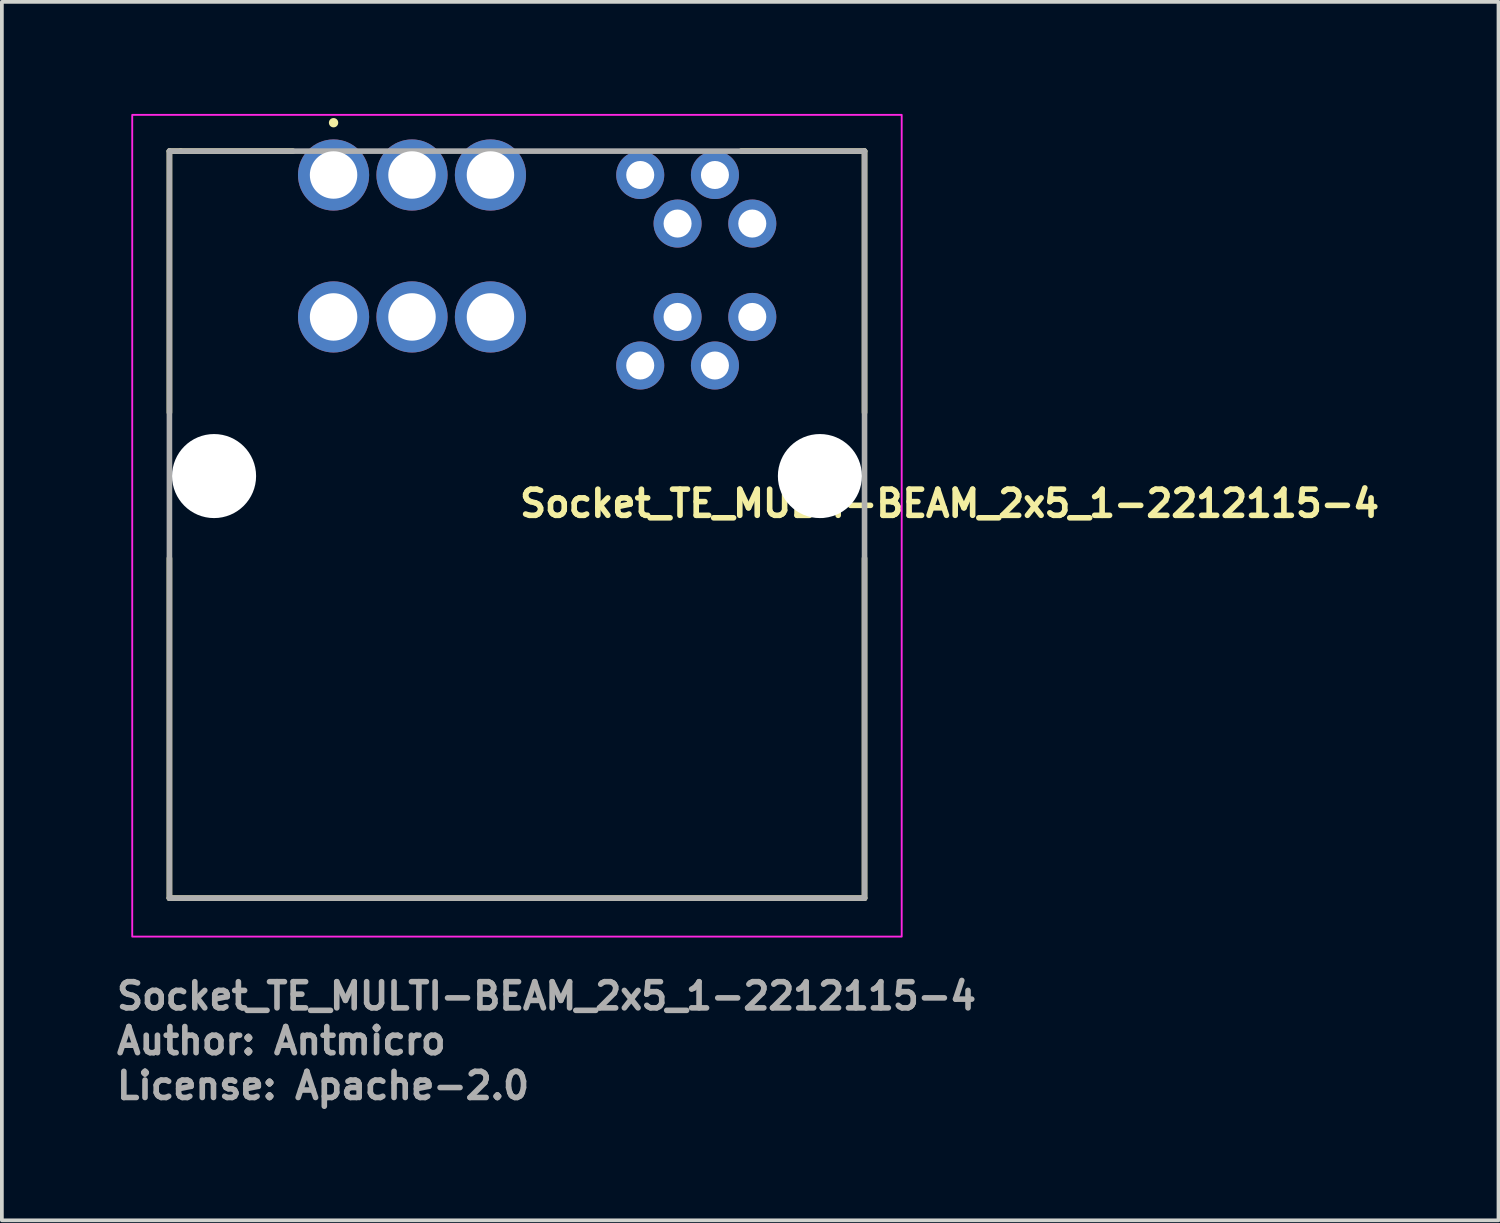
<source format=kicad_pcb>
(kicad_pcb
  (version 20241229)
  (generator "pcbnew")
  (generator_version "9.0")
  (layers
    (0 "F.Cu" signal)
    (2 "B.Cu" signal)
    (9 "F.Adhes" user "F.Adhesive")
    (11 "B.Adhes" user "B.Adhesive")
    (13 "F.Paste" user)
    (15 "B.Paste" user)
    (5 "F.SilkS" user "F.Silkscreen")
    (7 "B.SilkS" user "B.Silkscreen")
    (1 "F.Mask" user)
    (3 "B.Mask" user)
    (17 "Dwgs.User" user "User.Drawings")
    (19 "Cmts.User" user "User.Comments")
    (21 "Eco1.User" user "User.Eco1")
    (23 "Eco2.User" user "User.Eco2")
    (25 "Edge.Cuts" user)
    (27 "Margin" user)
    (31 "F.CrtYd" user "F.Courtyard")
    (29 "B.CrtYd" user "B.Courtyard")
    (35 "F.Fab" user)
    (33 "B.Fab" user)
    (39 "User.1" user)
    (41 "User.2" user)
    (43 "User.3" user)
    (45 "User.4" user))
  (footprint "Socket_TE_MULTI-BEAM_2x5_1-2212115-4"
    (layer "F.Cu")
    (at 5.88 1.635)
    (property "Reference" "Socket_TE_MULTI-BEAM_2x5_1-2212115-4" (at 4.91 9.204 0) (layer "F.SilkS") (effects (font (size 0.7 0.7) (thickness 0.15)) (justify left bottom)))
    (attr through_hole)
    (fp_line (start -4.394 -0.639) (end -4.394 6.36) (stroke (width 0.15) (type solid)) (layer "F.SilkS"))
    (fp_line (start -4.394 10.26) (end -4.394 19.36) (stroke (width 0.15) (type solid)) (layer "F.SilkS"))
    (fp_line (start -4.394 19.36) (end 14.215 19.36) (stroke (width 0.15) (type solid)) (layer "F.SilkS"))
    (fp_line (start -4.09 -0.639) (end -4.394 -0.639) (stroke (width 0.15) (type solid)) (layer "F.SilkS"))
    (fp_line (start -1.089 -0.639) (end -4.09 -0.639) (stroke (width 0.15) (type solid)) (layer "F.SilkS"))
    (fp_line (start 10.91 -0.639) (end 14.215 -0.639) (stroke (width 0.15) (type solid)) (layer "F.SilkS"))
    (fp_line (start 14.215 -0.639) (end 14.215 6.36) (stroke (width 0.15) (type solid)) (layer "F.SilkS"))
    (fp_line (start 14.215 19.36) (end 14.215 10.26) (stroke (width 0.15) (type solid)) (layer "F.SilkS"))
    (fp_circle (center 0 -1.4) (end 0.05 -1.4) (stroke (width 0.15) (type solid)) (fill yes) (layer "F.SilkS"))
    (fp_rect (start -5.39 -1.61) (end 15.21 20.39) (stroke (width 0.05) (type solid)) (fill no) (layer "F.CrtYd"))
    (fp_line (start -4.394 -0.639) (end 14.215 -0.639) (stroke (width 0.15) (type solid)) (layer "F.Fab"))
    (fp_line (start -4.394 19.36) (end -4.394 -0.639) (stroke (width 0.15) (type solid)) (layer "F.Fab"))
    (fp_line (start 14.215 -0.639) (end 14.215 19.36) (stroke (width 0.15) (type solid)) (layer "F.Fab"))
    (fp_line (start 14.215 19.36) (end -4.394 19.36) (stroke (width 0.15) (type solid)) (layer "F.Fab"))
    (fp_rect (start -4.394 -0.615) (end 14.215 19.393) (stroke (width 0.1) (type solid)) (fill no) (layer "User.5"))
    (fp_line (start -4.394 -0.605) (end -4.248 -0.605) (stroke (width 0.02) (type solid)) (layer "User.9"))
    (fp_line (start -4.394 19.393) (end -4.394 -0.605) (stroke (width 0.02) (type solid)) (layer "User.9"))
    (fp_line (start -4.248 -0.605) (end -4.248 -0.605) (stroke (width 0.02) (type solid)) (layer "User.9"))
    (fp_line (start -4.248 -0.605) (end -3.894 -0.605) (stroke (width 0.02) (type solid)) (layer "User.9"))
    (fp_line (start -4.248 19.393) (end -4.394 19.393) (stroke (width 0.02) (type solid)) (layer "User.9"))
    (fp_line (start -4.248 19.393) (end -4.248 19.393) (stroke (width 0.02) (type solid)) (layer "User.9"))
    (fp_line (start -3.894 -0.605) (end -2.495 -0.605) (stroke (width 0.02) (type solid)) (layer "User.9"))
    (fp_line (start -3.894 19.393) (end -4.248 19.393) (stroke (width 0.02) (type solid)) (layer "User.9"))
    (fp_line (start -2.495 5.094) (end -2.495 -0.605) (stroke (width 0.02) (type solid)) (layer "User.9"))
    (fp_line (start -2.195 5.394) (end -2.495 5.094) (stroke (width 0.02) (type solid)) (layer "User.9"))
    (fp_line (start -0.794 -0.165) (end -0.794 -0.158) (stroke (width 0.02) (type solid)) (layer "User.9"))
    (fp_line (start -0.794 -0.165) (end 5.005 -0.165) (stroke (width 0.02) (type solid)) (layer "User.9"))
    (fp_line (start -0.794 -0.158) (end -0.794 -0.158) (stroke (width 0.02) (type solid)) (layer "User.9"))
    (fp_line (start -0.794 -0.158) (end -0.794 -0.135) (stroke (width 0.02) (type solid)) (layer "User.9"))
    (fp_line (start -0.794 -0.135) (end -0.794 -0.135) (stroke (width 0.02) (type solid)) (layer "User.9"))
    (fp_line (start -0.794 -0.135) (end -0.794 -0.098) (stroke (width 0.02) (type solid)) (layer "User.9"))
    (fp_line (start -0.794 -0.098) (end -0.794 -0.098) (stroke (width 0.02) (type solid)) (layer "User.9"))
    (fp_line (start -0.794 -0.098) (end -0.794 -0.047) (stroke (width 0.02) (type solid)) (layer "User.9"))
    (fp_line (start -0.794 -0.047) (end -0.794 -0.047) (stroke (width 0.02) (type solid)) (layer "User.9"))
    (fp_line (start -0.794 -0.047) (end -0.794 0.017) (stroke (width 0.02) (type solid)) (layer "User.9"))
    (fp_line (start -0.794 0.017) (end -0.794 0.017) (stroke (width 0.02) (type solid)) (layer "User.9"))
    (fp_line (start -0.794 0.017) (end -0.794 0.095) (stroke (width 0.02) (type solid)) (layer "User.9"))
    (fp_line (start -0.794 0.095) (end -0.794 0.095) (stroke (width 0.02) (type solid)) (layer "User.9"))
    (fp_line (start -0.794 0.095) (end -0.794 0.185) (stroke (width 0.02) (type solid)) (layer "User.9"))
    (fp_line (start -0.794 0.185) (end -0.794 0.185) (stroke (width 0.02) (type solid)) (layer "User.9"))
    (fp_line (start -0.794 0.185) (end -0.794 0.285) (stroke (width 0.02) (type solid)) (layer "User.9"))
    (fp_line (start -0.794 0.285) (end -0.794 0.285) (stroke (width 0.02) (type solid)) (layer "User.9"))
    (fp_line (start -0.794 0.285) (end -0.794 0.395) (stroke (width 0.02) (type solid)) (layer "User.9"))
    (fp_line (start -0.794 0.395) (end -0.794 0.395) (stroke (width 0.02) (type solid)) (layer "User.9"))
    (fp_line (start -0.794 0.395) (end -0.794 0.513) (stroke (width 0.02) (type solid)) (layer "User.9"))
    (fp_line (start -0.794 0.513) (end -0.794 0.513) (stroke (width 0.02) (type solid)) (layer "User.9"))
    (fp_line (start -0.794 0.513) (end -0.794 1.034) (stroke (width 0.02) (type solid)) (layer "User.9"))
    (fp_line (start -0.794 1.034) (end -0.794 5.394) (stroke (width 0.02) (type solid)) (layer "User.9"))
    (fp_line (start 5.005 -0.165) (end 5.005 -0.158) (stroke (width 0.02) (type solid)) (layer "User.9"))
    (fp_line (start 5.005 -0.158) (end 5.005 -0.158) (stroke (width 0.02) (type solid)) (layer "User.9"))
    (fp_line (start 5.005 -0.158) (end 5.005 -0.135) (stroke (width 0.02) (type solid)) (layer "User.9"))
    (fp_line (start 5.005 -0.135) (end 5.005 -0.135) (stroke (width 0.02) (type solid)) (layer "User.9"))
    (fp_line (start 5.005 -0.135) (end 5.005 -0.098) (stroke (width 0.02) (type solid)) (layer "User.9"))
    (fp_line (start 5.005 -0.098) (end 5.005 -0.098) (stroke (width 0.02) (type solid)) (layer "User.9"))
    (fp_line (start 5.005 -0.098) (end 5.005 -0.047) (stroke (width 0.02) (type solid)) (layer "User.9"))
    (fp_line (start 5.005 -0.047) (end 5.005 -0.047) (stroke (width 0.02) (type solid)) (layer "User.9"))
    (fp_line (start 5.005 -0.047) (end 5.005 0.017) (stroke (width 0.02) (type solid)) (layer "User.9"))
    (fp_line (start 5.005 0.017) (end 5.005 0.017) (stroke (width 0.02) (type solid)) (layer "User.9"))
    (fp_line (start 5.005 0.017) (end 5.005 0.095) (stroke (width 0.02) (type solid)) (layer "User.9"))
    (fp_line (start 5.005 0.095) (end 5.005 0.095) (stroke (width 0.02) (type solid)) (layer "User.9"))
    (fp_line (start 5.005 0.095) (end 5.005 0.185) (stroke (width 0.02) (type solid)) (layer "User.9"))
    (fp_line (start 5.005 0.185) (end 5.005 0.185) (stroke (width 0.02) (type solid)) (layer "User.9"))
    (fp_line (start 5.005 0.185) (end 5.005 0.285) (stroke (width 0.02) (type solid)) (layer "User.9"))
    (fp_line (start 5.005 0.285) (end 5.005 0.285) (stroke (width 0.02) (type solid)) (layer "User.9"))
    (fp_line (start 5.005 0.285) (end 5.005 0.395) (stroke (width 0.02) (type solid)) (layer "User.9"))
    (fp_line (start 5.005 0.395) (end 5.005 0.395) (stroke (width 0.02) (type solid)) (layer "User.9"))
    (fp_line (start 5.005 0.395) (end 5.005 0.513) (stroke (width 0.02) (type solid)) (layer "User.9"))
    (fp_line (start 5.005 0.513) (end 5.005 0.513) (stroke (width 0.02) (type solid)) (layer "User.9"))
    (fp_line (start 5.005 0.513) (end 5.005 1.034) (stroke (width 0.02) (type solid)) (layer "User.9"))
    (fp_line (start 5.005 1.034) (end 5.005 5.394) (stroke (width 0.02) (type solid)) (layer "User.9"))
    (fp_line (start 5.395 5.394) (end -2.195 5.394) (stroke (width 0.02) (type solid)) (layer "User.9"))
    (fp_line (start 5.695 -0.605) (end 7.245 -0.605) (stroke (width 0.02) (type solid)) (layer "User.9"))
    (fp_line (start 5.695 5.094) (end 5.395 5.394) (stroke (width 0.02) (type solid)) (layer "User.9"))
    (fp_line (start 5.695 5.094) (end 5.695 -0.605) (stroke (width 0.02) (type solid)) (layer "User.9"))
    (fp_line (start 7.245 0.704) (end 7.295 0.704) (stroke (width 0.02) (type solid)) (layer "User.9"))
    (fp_line (start 7.245 5.764) (end 7.245 -0.605) (stroke (width 0.02) (type solid)) (layer "User.9"))
    (fp_line (start 7.245 5.782) (end 7.245 5.764) (stroke (width 0.02) (type solid)) (layer "User.9"))
    (fp_line (start 7.246 5.801) (end 7.245 5.782) (stroke (width 0.02) (type solid)) (layer "User.9"))
    (fp_line (start 7.249 5.82) (end 7.246 5.801) (stroke (width 0.02) (type solid)) (layer "User.9"))
    (fp_line (start 7.252 5.838) (end 7.249 5.82) (stroke (width 0.02) (type solid)) (layer "User.9"))
    (fp_line (start 7.256 5.856) (end 7.252 5.838) (stroke (width 0.02) (type solid)) (layer "User.9"))
    (fp_line (start 7.261 5.874) (end 7.256 5.856) (stroke (width 0.02) (type solid)) (layer "User.9"))
    (fp_line (start 7.267 5.892) (end 7.261 5.874) (stroke (width 0.02) (type solid)) (layer "User.9"))
    (fp_line (start 7.273 5.909) (end 7.267 5.892) (stroke (width 0.02) (type solid)) (layer "User.9"))
    (fp_line (start 7.281 5.926) (end 7.273 5.909) (stroke (width 0.02) (type solid)) (layer "User.9"))
    (fp_line (start 7.289 5.942) (end 7.281 5.926) (stroke (width 0.02) (type solid)) (layer "User.9"))
    (fp_line (start 7.295 -0.615) (end 7.295 0.704) (stroke (width 0.02) (type solid)) (layer "User.9"))
    (fp_line (start 7.295 2.764) (end 7.245 2.764) (stroke (width 0.02) (type solid)) (layer "User.9"))
    (fp_line (start 7.295 2.764) (end 7.295 5.484) (stroke (width 0.02) (type solid)) (layer "User.9"))
    (fp_line (start 7.295 5.484) (end 7.595 5.784) (stroke (width 0.02) (type solid)) (layer "User.9"))
    (fp_line (start 7.298 5.959) (end 7.289 5.942) (stroke (width 0.02) (type solid)) (layer "User.9"))
    (fp_line (start 7.308 5.974) (end 7.298 5.959) (stroke (width 0.02) (type solid)) (layer "User.9"))
    (fp_line (start 7.319 5.99) (end 7.308 5.974) (stroke (width 0.02) (type solid)) (layer "User.9"))
    (fp_line (start 7.331 6.004) (end 7.319 5.99) (stroke (width 0.02) (type solid)) (layer "User.9"))
    (fp_line (start 7.343 6.019) (end 7.331 6.004) (stroke (width 0.02) (type solid)) (layer "User.9"))
    (fp_line (start 7.356 6.032) (end 7.343 6.019) (stroke (width 0.02) (type solid)) (layer "User.9"))
    (fp_line (start 7.356 6.032) (end 7.356 6.032) (stroke (width 0.02) (type solid)) (layer "User.9"))
    (fp_line (start 7.369 6.045) (end 7.356 6.032) (stroke (width 0.02) (type solid)) (layer "User.9"))
    (fp_line (start 7.384 6.057) (end 7.369 6.045) (stroke (width 0.02) (type solid)) (layer "User.9"))
    (fp_line (start 7.398 6.069) (end 7.384 6.057) (stroke (width 0.02) (type solid)) (layer "User.9"))
    (fp_line (start 7.414 6.08) (end 7.398 6.069) (stroke (width 0.02) (type solid)) (layer "User.9"))
    (fp_line (start 7.429 6.09) (end 7.414 6.08) (stroke (width 0.02) (type solid)) (layer "User.9"))
    (fp_line (start 7.446 6.099) (end 7.429 6.09) (stroke (width 0.02) (type solid)) (layer "User.9"))
    (fp_line (start 7.462 6.107) (end 7.446 6.099) (stroke (width 0.02) (type solid)) (layer "User.9"))
    (fp_line (start 7.479 6.115) (end 7.462 6.107) (stroke (width 0.02) (type solid)) (layer "User.9"))
    (fp_line (start 7.496 6.121) (end 7.479 6.115) (stroke (width 0.02) (type solid)) (layer "User.9"))
    (fp_line (start 7.514 6.127) (end 7.496 6.121) (stroke (width 0.02) (type solid)) (layer "User.9"))
    (fp_line (start 7.532 6.132) (end 7.514 6.127) (stroke (width 0.02) (type solid)) (layer "User.9"))
    (fp_line (start 7.55 6.136) (end 7.532 6.132) (stroke (width 0.02) (type solid)) (layer "User.9"))
    (fp_line (start 7.568 6.139) (end 7.55 6.136) (stroke (width 0.02) (type solid)) (layer "User.9"))
    (fp_line (start 7.587 6.142) (end 7.568 6.139) (stroke (width 0.02) (type solid)) (layer "User.9"))
    (fp_line (start 7.595 5.784) (end 8.064 5.784) (stroke (width 0.02) (type solid)) (layer "User.9"))
    (fp_line (start 7.606 6.143) (end 7.587 6.142) (stroke (width 0.02) (type solid)) (layer "User.9"))
    (fp_line (start 7.625 6.144) (end 7.606 6.143) (stroke (width 0.02) (type solid)) (layer "User.9"))
    (fp_line (start 8.064 -0.113) (end 8.064 -0.12) (stroke (width 0.02) (type solid)) (layer "User.9"))
    (fp_line (start 8.064 -0.113) (end 8.064 -0.113) (stroke (width 0.02) (type solid)) (layer "User.9"))
    (fp_line (start 8.064 -0.089) (end 8.064 -0.113) (stroke (width 0.02) (type solid)) (layer "User.9"))
    (fp_line (start 8.064 -0.089) (end 8.064 -0.089) (stroke (width 0.02) (type solid)) (layer "User.9"))
    (fp_line (start 8.064 -0.05) (end 8.064 -0.089) (stroke (width 0.02) (type solid)) (layer "User.9"))
    (fp_line (start 8.064 -0.05) (end 8.064 -0.05) (stroke (width 0.02) (type solid)) (layer "User.9"))
    (fp_line (start 8.064 0.002) (end 8.064 -0.05) (stroke (width 0.02) (type solid)) (layer "User.9"))
    (fp_line (start 8.064 0.002) (end 8.064 0.002) (stroke (width 0.02) (type solid)) (layer "User.9"))
    (fp_line (start 8.064 0.07) (end 8.064 0.002) (stroke (width 0.02) (type solid)) (layer "User.9"))
    (fp_line (start 8.064 0.07) (end 8.064 0.07) (stroke (width 0.02) (type solid)) (layer "User.9"))
    (fp_line (start 8.064 0.151) (end 8.064 0.07) (stroke (width 0.02) (type solid)) (layer "User.9"))
    (fp_line (start 8.064 0.151) (end 8.064 0.151) (stroke (width 0.02) (type solid)) (layer "User.9"))
    (fp_line (start 8.064 0.245) (end 8.064 0.151) (stroke (width 0.02) (type solid)) (layer "User.9"))
    (fp_line (start 8.064 0.245) (end 8.064 0.245) (stroke (width 0.02) (type solid)) (layer "User.9"))
    (fp_line (start 8.064 0.349) (end 8.064 0.245) (stroke (width 0.02) (type solid)) (layer "User.9"))
    (fp_line (start 8.064 0.349) (end 8.064 0.349) (stroke (width 0.02) (type solid)) (layer "User.9"))
    (fp_line (start 8.064 0.463) (end 8.064 0.349) (stroke (width 0.02) (type solid)) (layer "User.9"))
    (fp_line (start 8.064 0.463) (end 8.064 0.463) (stroke (width 0.02) (type solid)) (layer "User.9"))
    (fp_line (start 8.064 0.716) (end 8.064 0.463) (stroke (width 0.02) (type solid)) (layer "User.9"))
    (fp_line (start 8.064 0.716) (end 8.064 0.716) (stroke (width 0.02) (type solid)) (layer "User.9"))
    (fp_line (start 8.064 1.129) (end 8.064 0.716) (stroke (width 0.02) (type solid)) (layer "User.9"))
    (fp_line (start 8.064 6.144) (end 8.064 1.129) (stroke (width 0.02) (type solid)) (layer "User.9"))
    (fp_line (start 8.365 -0.12) (end 8.064 -0.12) (stroke (width 0.02) (type solid)) (layer "User.9"))
    (fp_line (start 8.365 -0.113) (end 8.365 -0.12) (stroke (width 0.02) (type solid)) (layer "User.9"))
    (fp_line (start 8.365 -0.113) (end 8.365 -0.113) (stroke (width 0.02) (type solid)) (layer "User.9"))
    (fp_line (start 8.365 -0.089) (end 8.365 -0.113) (stroke (width 0.02) (type solid)) (layer "User.9"))
    (fp_line (start 8.365 -0.089) (end 8.365 -0.089) (stroke (width 0.02) (type solid)) (layer "User.9"))
    (fp_line (start 8.365 -0.05) (end 8.365 -0.089) (stroke (width 0.02) (type solid)) (layer "User.9"))
    (fp_line (start 8.365 -0.05) (end 8.365 -0.05) (stroke (width 0.02) (type solid)) (layer "User.9"))
    (fp_line (start 8.365 0.002) (end 8.365 -0.05) (stroke (width 0.02) (type solid)) (layer "User.9"))
    (fp_line (start 8.365 0.002) (end 8.365 0.002) (stroke (width 0.02) (type solid)) (layer "User.9"))
    (fp_line (start 8.365 0.07) (end 8.365 0.002) (stroke (width 0.02) (type solid)) (layer "User.9"))
    (fp_line (start 8.365 0.07) (end 8.365 0.07) (stroke (width 0.02) (type solid)) (layer "User.9"))
    (fp_line (start 8.365 0.151) (end 8.365 0.07) (stroke (width 0.02) (type solid)) (layer "User.9"))
    (fp_line (start 8.365 0.151) (end 8.365 0.151) (stroke (width 0.02) (type solid)) (layer "User.9"))
    (fp_line (start 8.365 0.245) (end 8.365 0.151) (stroke (width 0.02) (type solid)) (layer "User.9"))
    (fp_line (start 8.365 0.245) (end 8.365 0.245) (stroke (width 0.02) (type solid)) (layer "User.9"))
    (fp_line (start 8.365 0.349) (end 8.365 0.245) (stroke (width 0.02) (type solid)) (layer "User.9"))
    (fp_line (start 8.365 0.349) (end 8.365 0.349) (stroke (width 0.02) (type solid)) (layer "User.9"))
    (fp_line (start 8.365 0.463) (end 8.365 0.349) (stroke (width 0.02) (type solid)) (layer "User.9"))
    (fp_line (start 8.365 0.463) (end 8.365 0.463) (stroke (width 0.02) (type solid)) (layer "User.9"))
    (fp_line (start 8.365 0.716) (end 8.365 0.463) (stroke (width 0.02) (type solid)) (layer "User.9"))
    (fp_line (start 8.365 0.716) (end 8.365 0.716) (stroke (width 0.02) (type solid)) (layer "User.9"))
    (fp_line (start 8.365 1.129) (end 8.365 0.716) (stroke (width 0.02) (type solid)) (layer "User.9"))
    (fp_line (start 8.365 5.784) (end 9.065 5.784) (stroke (width 0.02) (type solid)) (layer "User.9"))
    (fp_line (start 8.365 6.144) (end 8.365 1.129) (stroke (width 0.02) (type solid)) (layer "User.9"))
    (fp_line (start 9.065 1.186) (end 9.065 1.179) (stroke (width 0.02) (type solid)) (layer "User.9"))
    (fp_line (start 9.065 1.186) (end 9.065 1.186) (stroke (width 0.02) (type solid)) (layer "User.9"))
    (fp_line (start 9.065 1.21) (end 9.065 1.186) (stroke (width 0.02) (type solid)) (layer "User.9"))
    (fp_line (start 9.065 1.21) (end 9.065 1.21) (stroke (width 0.02) (type solid)) (layer "User.9"))
    (fp_line (start 9.065 1.249) (end 9.065 1.21) (stroke (width 0.02) (type solid)) (layer "User.9"))
    (fp_line (start 9.065 1.249) (end 9.065 1.249) (stroke (width 0.02) (type solid)) (layer "User.9"))
    (fp_line (start 9.065 1.302) (end 9.065 1.249) (stroke (width 0.02) (type solid)) (layer "User.9"))
    (fp_line (start 9.065 1.302) (end 9.065 1.302) (stroke (width 0.02) (type solid)) (layer "User.9"))
    (fp_line (start 9.065 1.37) (end 9.065 1.302) (stroke (width 0.02) (type solid)) (layer "User.9"))
    (fp_line (start 9.065 1.37) (end 9.065 1.37) (stroke (width 0.02) (type solid)) (layer "User.9"))
    (fp_line (start 9.065 1.451) (end 9.065 1.37) (stroke (width 0.02) (type solid)) (layer "User.9"))
    (fp_line (start 9.065 1.451) (end 9.065 1.451) (stroke (width 0.02) (type solid)) (layer "User.9"))
    (fp_line (start 9.065 1.545) (end 9.065 1.451) (stroke (width 0.02) (type solid)) (layer "User.9"))
    (fp_line (start 9.065 1.545) (end 9.065 1.545) (stroke (width 0.02) (type solid)) (layer "User.9"))
    (fp_line (start 9.065 1.649) (end 9.065 1.545) (stroke (width 0.02) (type solid)) (layer "User.9"))
    (fp_line (start 9.065 1.649) (end 9.065 1.649) (stroke (width 0.02) (type solid)) (layer "User.9"))
    (fp_line (start 9.065 1.763) (end 9.065 1.649) (stroke (width 0.02) (type solid)) (layer "User.9"))
    (fp_line (start 9.065 1.763) (end 9.065 1.763) (stroke (width 0.02) (type solid)) (layer "User.9"))
    (fp_line (start 9.065 2.016) (end 9.065 1.763) (stroke (width 0.02) (type solid)) (layer "User.9"))
    (fp_line (start 9.065 2.016) (end 9.065 2.016) (stroke (width 0.02) (type solid)) (layer "User.9"))
    (fp_line (start 9.065 2.429) (end 9.065 2.016) (stroke (width 0.02) (type solid)) (layer "User.9"))
    (fp_line (start 9.065 6.144) (end 9.065 2.429) (stroke (width 0.02) (type solid)) (layer "User.9"))
    (fp_line (start 9.365 1.179) (end 9.065 1.179) (stroke (width 0.02) (type solid)) (layer "User.9"))
    (fp_line (start 9.365 1.186) (end 9.365 1.179) (stroke (width 0.02) (type solid)) (layer "User.9"))
    (fp_line (start 9.365 1.186) (end 9.365 1.186) (stroke (width 0.02) (type solid)) (layer "User.9"))
    (fp_line (start 9.365 1.21) (end 9.365 1.186) (stroke (width 0.02) (type solid)) (layer "User.9"))
    (fp_line (start 9.365 1.21) (end 9.365 1.21) (stroke (width 0.02) (type solid)) (layer "User.9"))
    (fp_line (start 9.365 1.249) (end 9.365 1.21) (stroke (width 0.02) (type solid)) (layer "User.9"))
    (fp_line (start 9.365 1.249) (end 9.365 1.249) (stroke (width 0.02) (type solid)) (layer "User.9"))
    (fp_line (start 9.365 1.302) (end 9.365 1.249) (stroke (width 0.02) (type solid)) (layer "User.9"))
    (fp_line (start 9.365 1.302) (end 9.365 1.302) (stroke (width 0.02) (type solid)) (layer "User.9"))
    (fp_line (start 9.365 1.37) (end 9.365 1.302) (stroke (width 0.02) (type solid)) (layer "User.9"))
    (fp_line (start 9.365 1.37) (end 9.365 1.37) (stroke (width 0.02) (type solid)) (layer "User.9"))
    (fp_line (start 9.365 1.451) (end 9.365 1.37) (stroke (width 0.02) (type solid)) (layer "User.9"))
    (fp_line (start 9.365 1.451) (end 9.365 1.451) (stroke (width 0.02) (type solid)) (layer "User.9"))
    (fp_line (start 9.365 1.545) (end 9.365 1.451) (stroke (width 0.02) (type solid)) (layer "User.9"))
    (fp_line (start 9.365 1.545) (end 9.365 1.545) (stroke (width 0.02) (type solid)) (layer "User.9"))
    (fp_line (start 9.365 1.649) (end 9.365 1.545) (stroke (width 0.02) (type solid)) (layer "User.9"))
    (fp_line (start 9.365 1.649) (end 9.365 1.649) (stroke (width 0.02) (type solid)) (layer "User.9"))
    (fp_line (start 9.365 1.763) (end 9.365 1.649) (stroke (width 0.02) (type solid)) (layer "User.9"))
    (fp_line (start 9.365 1.763) (end 9.365 1.763) (stroke (width 0.02) (type solid)) (layer "User.9"))
    (fp_line (start 9.365 2.016) (end 9.365 1.763) (stroke (width 0.02) (type solid)) (layer "User.9"))
    (fp_line (start 9.365 2.016) (end 9.365 2.016) (stroke (width 0.02) (type solid)) (layer "User.9"))
    (fp_line (start 9.365 2.429) (end 9.365 2.016) (stroke (width 0.02) (type solid)) (layer "User.9"))
    (fp_line (start 9.365 5.784) (end 10.065 5.784) (stroke (width 0.02) (type solid)) (layer "User.9"))
    (fp_line (start 9.365 6.144) (end 9.365 2.429) (stroke (width 0.02) (type solid)) (layer "User.9"))
    (fp_line (start 10.065 -0.113) (end 10.065 -0.12) (stroke (width 0.02) (type solid)) (layer "User.9"))
    (fp_line (start 10.065 -0.113) (end 10.065 -0.113) (stroke (width 0.02) (type solid)) (layer "User.9"))
    (fp_line (start 10.065 -0.089) (end 10.065 -0.113) (stroke (width 0.02) (type solid)) (layer "User.9"))
    (fp_line (start 10.065 -0.089) (end 10.065 -0.089) (stroke (width 0.02) (type solid)) (layer "User.9"))
    (fp_line (start 10.065 -0.05) (end 10.065 -0.089) (stroke (width 0.02) (type solid)) (layer "User.9"))
    (fp_line (start 10.065 -0.05) (end 10.065 -0.05) (stroke (width 0.02) (type solid)) (layer "User.9"))
    (fp_line (start 10.065 0.002) (end 10.065 -0.05) (stroke (width 0.02) (type solid)) (layer "User.9"))
    (fp_line (start 10.065 0.002) (end 10.065 0.002) (stroke (width 0.02) (type solid)) (layer "User.9"))
    (fp_line (start 10.065 0.07) (end 10.065 0.002) (stroke (width 0.02) (type solid)) (layer "User.9"))
    (fp_line (start 10.065 0.07) (end 10.065 0.07) (stroke (width 0.02) (type solid)) (layer "User.9"))
    (fp_line (start 10.065 0.151) (end 10.065 0.07) (stroke (width 0.02) (type solid)) (layer "User.9"))
    (fp_line (start 10.065 0.151) (end 10.065 0.151) (stroke (width 0.02) (type solid)) (layer "User.9"))
    (fp_line (start 10.065 0.245) (end 10.065 0.151) (stroke (width 0.02) (type solid)) (layer "User.9"))
    (fp_line (start 10.065 0.245) (end 10.065 0.245) (stroke (width 0.02) (type solid)) (layer "User.9"))
    (fp_line (start 10.065 0.349) (end 10.065 0.245) (stroke (width 0.02) (type solid)) (layer "User.9"))
    (fp_line (start 10.065 0.349) (end 10.065 0.349) (stroke (width 0.02) (type solid)) (layer "User.9"))
    (fp_line (start 10.065 0.463) (end 10.065 0.349) (stroke (width 0.02) (type solid)) (layer "User.9"))
    (fp_line (start 10.065 0.463) (end 10.065 0.463) (stroke (width 0.02) (type solid)) (layer "User.9"))
    (fp_line (start 10.065 0.716) (end 10.065 0.463) (stroke (width 0.02) (type solid)) (layer "User.9"))
    (fp_line (start 10.065 0.716) (end 10.065 0.716) (stroke (width 0.02) (type solid)) (layer "User.9"))
    (fp_line (start 10.065 1.129) (end 10.065 0.716) (stroke (width 0.02) (type solid)) (layer "User.9"))
    (fp_line (start 10.065 6.144) (end 10.065 1.129) (stroke (width 0.02) (type solid)) (layer "User.9"))
    (fp_line (start 10.365 -0.12) (end 10.065 -0.12) (stroke (width 0.02) (type solid)) (layer "User.9"))
    (fp_line (start 10.365 -0.113) (end 10.365 -0.12) (stroke (width 0.02) (type solid)) (layer "User.9"))
    (fp_line (start 10.365 -0.113) (end 10.365 -0.113) (stroke (width 0.02) (type solid)) (layer "User.9"))
    (fp_line (start 10.365 -0.089) (end 10.365 -0.113) (stroke (width 0.02) (type solid)) (layer "User.9"))
    (fp_line (start 10.365 -0.089) (end 10.365 -0.089) (stroke (width 0.02) (type solid)) (layer "User.9"))
    (fp_line (start 10.365 -0.05) (end 10.365 -0.089) (stroke (width 0.02) (type solid)) (layer "User.9"))
    (fp_line (start 10.365 -0.05) (end 10.365 -0.05) (stroke (width 0.02) (type solid)) (layer "User.9"))
    (fp_line (start 10.365 0.002) (end 10.365 -0.05) (stroke (width 0.02) (type solid)) (layer "User.9"))
    (fp_line (start 10.365 0.002) (end 10.365 0.002) (stroke (width 0.02) (type solid)) (layer "User.9"))
    (fp_line (start 10.365 0.07) (end 10.365 0.002) (stroke (width 0.02) (type solid)) (layer "User.9"))
    (fp_line (start 10.365 0.07) (end 10.365 0.07) (stroke (width 0.02) (type solid)) (layer "User.9"))
    (fp_line (start 10.365 0.151) (end 10.365 0.07) (stroke (width 0.02) (type solid)) (layer "User.9"))
    (fp_line (start 10.365 0.151) (end 10.365 0.151) (stroke (width 0.02) (type solid)) (layer "User.9"))
    (fp_line (start 10.365 0.245) (end 10.365 0.151) (stroke (width 0.02) (type solid)) (layer "User.9"))
    (fp_line (start 10.365 0.245) (end 10.365 0.245) (stroke (width 0.02) (type solid)) (layer "User.9"))
    (fp_line (start 10.365 0.349) (end 10.365 0.245) (stroke (width 0.02) (type solid)) (layer "User.9"))
    (fp_line (start 10.365 0.349) (end 10.365 0.349) (stroke (width 0.02) (type solid)) (layer "User.9"))
    (fp_line (start 10.365 0.463) (end 10.365 0.349) (stroke (width 0.02) (type solid)) (layer "User.9"))
    (fp_line (start 10.365 0.463) (end 10.365 0.463) (stroke (width 0.02) (type solid)) (layer "User.9"))
    (fp_line (start 10.365 0.716) (end 10.365 0.463) (stroke (width 0.02) (type solid)) (layer "User.9"))
    (fp_line (start 10.365 0.716) (end 10.365 0.716) (stroke (width 0.02) (type solid)) (layer "User.9"))
    (fp_line (start 10.365 1.129) (end 10.365 0.716) (stroke (width 0.02) (type solid)) (layer "User.9"))
    (fp_line (start 10.365 5.784) (end 11.065 5.784) (stroke (width 0.02) (type solid)) (layer "User.9"))
    (fp_line (start 10.365 6.144) (end 10.365 1.129) (stroke (width 0.02) (type solid)) (layer "User.9"))
    (fp_line (start 11.065 1.186) (end 11.065 1.179) (stroke (width 0.02) (type solid)) (layer "User.9"))
    (fp_line (start 11.065 1.186) (end 11.065 1.186) (stroke (width 0.02) (type solid)) (layer "User.9"))
    (fp_line (start 11.065 1.21) (end 11.065 1.186) (stroke (width 0.02) (type solid)) (layer "User.9"))
    (fp_line (start 11.065 1.21) (end 11.065 1.21) (stroke (width 0.02) (type solid)) (layer "User.9"))
    (fp_line (start 11.065 1.249) (end 11.065 1.21) (stroke (width 0.02) (type solid)) (layer "User.9"))
    (fp_line (start 11.065 1.249) (end 11.065 1.249) (stroke (width 0.02) (type solid)) (layer "User.9"))
    (fp_line (start 11.065 1.302) (end 11.065 1.249) (stroke (width 0.02) (type solid)) (layer "User.9"))
    (fp_line (start 11.065 1.302) (end 11.065 1.302) (stroke (width 0.02) (type solid)) (layer "User.9"))
    (fp_line (start 11.065 1.37) (end 11.065 1.302) (stroke (width 0.02) (type solid)) (layer "User.9"))
    (fp_line (start 11.065 1.37) (end 11.065 1.37) (stroke (width 0.02) (type solid)) (layer "User.9"))
    (fp_line (start 11.065 1.451) (end 11.065 1.37) (stroke (width 0.02) (type solid)) (layer "User.9"))
    (fp_line (start 11.065 1.451) (end 11.065 1.451) (stroke (width 0.02) (type solid)) (layer "User.9"))
    (fp_line (start 11.065 1.545) (end 11.065 1.451) (stroke (width 0.02) (type solid)) (layer "User.9"))
    (fp_line (start 11.065 1.545) (end 11.065 1.545) (stroke (width 0.02) (type solid)) (layer "User.9"))
    (fp_line (start 11.065 1.649) (end 11.065 1.545) (stroke (width 0.02) (type solid)) (layer "User.9"))
    (fp_line (start 11.065 1.649) (end 11.065 1.649) (stroke (width 0.02) (type solid)) (layer "User.9"))
    (fp_line (start 11.065 1.763) (end 11.065 1.649) (stroke (width 0.02) (type solid)) (layer "User.9"))
    (fp_line (start 11.065 1.763) (end 11.065 1.763) (stroke (width 0.02) (type solid)) (layer "User.9"))
    (fp_line (start 11.065 2.016) (end 11.065 1.763) (stroke (width 0.02) (type solid)) (layer "User.9"))
    (fp_line (start 11.065 2.016) (end 11.065 2.016) (stroke (width 0.02) (type solid)) (layer "User.9"))
    (fp_line (start 11.065 2.429) (end 11.065 2.016) (stroke (width 0.02) (type solid)) (layer "User.9"))
    (fp_line (start 11.065 6.144) (end 11.065 2.429) (stroke (width 0.02) (type solid)) (layer "User.9"))
    (fp_line (start 11.365 1.179) (end 11.065 1.179) (stroke (width 0.02) (type solid)) (layer "User.9"))
    (fp_line (start 11.365 1.186) (end 11.365 1.179) (stroke (width 0.02) (type solid)) (layer "User.9"))
    (fp_line (start 11.365 1.186) (end 11.365 1.186) (stroke (width 0.02) (type solid)) (layer "User.9"))
    (fp_line (start 11.365 1.21) (end 11.365 1.186) (stroke (width 0.02) (type solid)) (layer "User.9"))
    (fp_line (start 11.365 1.21) (end 11.365 1.21) (stroke (width 0.02) (type solid)) (layer "User.9"))
    (fp_line (start 11.365 1.249) (end 11.365 1.21) (stroke (width 0.02) (type solid)) (layer "User.9"))
    (fp_line (start 11.365 1.249) (end 11.365 1.249) (stroke (width 0.02) (type solid)) (layer "User.9"))
    (fp_line (start 11.365 1.302) (end 11.365 1.249) (stroke (width 0.02) (type solid)) (layer "User.9"))
    (fp_line (start 11.365 1.302) (end 11.365 1.302) (stroke (width 0.02) (type solid)) (layer "User.9"))
    (fp_line (start 11.365 1.37) (end 11.365 1.302) (stroke (width 0.02) (type solid)) (layer "User.9"))
    (fp_line (start 11.365 1.37) (end 11.365 1.37) (stroke (width 0.02) (type solid)) (layer "User.9"))
    (fp_line (start 11.365 1.451) (end 11.365 1.37) (stroke (width 0.02) (type solid)) (layer "User.9"))
    (fp_line (start 11.365 1.451) (end 11.365 1.451) (stroke (width 0.02) (type solid)) (layer "User.9"))
    (fp_line (start 11.365 1.545) (end 11.365 1.451) (stroke (width 0.02) (type solid)) (layer "User.9"))
    (fp_line (start 11.365 1.545) (end 11.365 1.545) (stroke (width 0.02) (type solid)) (layer "User.9"))
    (fp_line (start 11.365 1.649) (end 11.365 1.545) (stroke (width 0.02) (type solid)) (layer "User.9"))
    (fp_line (start 11.365 1.649) (end 11.365 1.649) (stroke (width 0.02) (type solid)) (layer "User.9"))
    (fp_line (start 11.365 1.763) (end 11.365 1.649) (stroke (width 0.02) (type solid)) (layer "User.9"))
    (fp_line (start 11.365 1.763) (end 11.365 1.763) (stroke (width 0.02) (type solid)) (layer "User.9"))
    (fp_line (start 11.365 2.016) (end 11.365 1.763) (stroke (width 0.02) (type solid)) (layer "User.9"))
    (fp_line (start 11.365 2.016) (end 11.365 2.016) (stroke (width 0.02) (type solid)) (layer "User.9"))
    (fp_line (start 11.365 2.429) (end 11.365 2.016) (stroke (width 0.02) (type solid)) (layer "User.9"))
    (fp_line (start 11.365 5.784) (end 11.965 5.784) (stroke (width 0.02) (type solid)) (layer "User.9"))
    (fp_line (start 11.365 6.144) (end 11.365 2.429) (stroke (width 0.02) (type solid)) (layer "User.9"))
    (fp_line (start 11.935 6.144) (end 7.625 6.144) (stroke (width 0.02) (type solid)) (layer "User.9"))
    (fp_line (start 11.953 6.143) (end 11.935 6.144) (stroke (width 0.02) (type solid)) (layer "User.9"))
    (fp_line (start 11.965 5.784) (end 12.265 5.484) (stroke (width 0.02) (type solid)) (layer "User.9"))
    (fp_line (start 11.972 6.142) (end 11.953 6.143) (stroke (width 0.02) (type solid)) (layer "User.9"))
    (fp_line (start 11.991 6.139) (end 11.972 6.142) (stroke (width 0.02) (type solid)) (layer "User.9"))
    (fp_line (start 12.009 6.136) (end 11.991 6.139) (stroke (width 0.02) (type solid)) (layer "User.9"))
    (fp_line (start 12.027 6.132) (end 12.009 6.136) (stroke (width 0.02) (type solid)) (layer "User.9"))
    (fp_line (start 12.045 6.127) (end 12.027 6.132) (stroke (width 0.02) (type solid)) (layer "User.9"))
    (fp_line (start 12.063 6.121) (end 12.045 6.127) (stroke (width 0.02) (type solid)) (layer "User.9"))
    (fp_line (start 12.08 6.115) (end 12.063 6.121) (stroke (width 0.02) (type solid)) (layer "User.9"))
    (fp_line (start 12.097 6.107) (end 12.08 6.115) (stroke (width 0.02) (type solid)) (layer "User.9"))
    (fp_line (start 12.113 6.099) (end 12.097 6.107) (stroke (width 0.02) (type solid)) (layer "User.9"))
    (fp_line (start 12.13 6.09) (end 12.113 6.099) (stroke (width 0.02) (type solid)) (layer "User.9"))
    (fp_line (start 12.145 6.08) (end 12.13 6.09) (stroke (width 0.02) (type solid)) (layer "User.9"))
    (fp_line (start 12.161 6.069) (end 12.145 6.08) (stroke (width 0.02) (type solid)) (layer "User.9"))
    (fp_line (start 12.175 6.057) (end 12.161 6.069) (stroke (width 0.02) (type solid)) (layer "User.9"))
    (fp_line (start 12.19 6.045) (end 12.175 6.057) (stroke (width 0.02) (type solid)) (layer "User.9"))
    (fp_line (start 12.203 6.032) (end 12.19 6.045) (stroke (width 0.02) (type solid)) (layer "User.9"))
    (fp_line (start 12.203 6.032) (end 12.203 6.032) (stroke (width 0.02) (type solid)) (layer "User.9"))
    (fp_line (start 12.216 6.019) (end 12.203 6.032) (stroke (width 0.02) (type solid)) (layer "User.9"))
    (fp_line (start 12.228 6.004) (end 12.216 6.019) (stroke (width 0.02) (type solid)) (layer "User.9"))
    (fp_line (start 12.24 5.99) (end 12.228 6.004) (stroke (width 0.02) (type solid)) (layer "User.9"))
    (fp_line (start 12.251 5.974) (end 12.24 5.99) (stroke (width 0.02) (type solid)) (layer "User.9"))
    (fp_line (start 12.261 5.959) (end 12.251 5.974) (stroke (width 0.02) (type solid)) (layer "User.9"))
    (fp_line (start 12.265 -0.615) (end 7.295 -0.615) (stroke (width 0.02) (type solid)) (layer "User.9"))
    (fp_line (start 12.265 0.704) (end 12.265 -0.615) (stroke (width 0.02) (type solid)) (layer "User.9"))
    (fp_line (start 12.265 0.704) (end 12.315 0.704) (stroke (width 0.02) (type solid)) (layer "User.9"))
    (fp_line (start 12.265 5.484) (end 12.265 2.764) (stroke (width 0.02) (type solid)) (layer "User.9"))
    (fp_line (start 12.27 5.942) (end 12.261 5.959) (stroke (width 0.02) (type solid)) (layer "User.9"))
    (fp_line (start 12.278 5.926) (end 12.27 5.942) (stroke (width 0.02) (type solid)) (layer "User.9"))
    (fp_line (start 12.286 5.909) (end 12.278 5.926) (stroke (width 0.02) (type solid)) (layer "User.9"))
    (fp_line (start 12.292 5.892) (end 12.286 5.909) (stroke (width 0.02) (type solid)) (layer "User.9"))
    (fp_line (start 12.298 5.874) (end 12.292 5.892) (stroke (width 0.02) (type solid)) (layer "User.9"))
    (fp_line (start 12.303 5.856) (end 12.298 5.874) (stroke (width 0.02) (type solid)) (layer "User.9"))
    (fp_line (start 12.307 5.838) (end 12.303 5.856) (stroke (width 0.02) (type solid)) (layer "User.9"))
    (fp_line (start 12.31 5.82) (end 12.307 5.838) (stroke (width 0.02) (type solid)) (layer "User.9"))
    (fp_line (start 12.313 5.801) (end 12.31 5.82) (stroke (width 0.02) (type solid)) (layer "User.9"))
    (fp_line (start 12.314 5.782) (end 12.313 5.801) (stroke (width 0.02) (type solid)) (layer "User.9"))
    (fp_line (start 12.315 -0.605) (end 12.315 5.764) (stroke (width 0.02) (type solid)) (layer "User.9"))
    (fp_line (start 12.315 -0.605) (end 13.715 -0.605) (stroke (width 0.02) (type solid)) (layer "User.9"))
    (fp_line (start 12.315 2.764) (end 12.265 2.764) (stroke (width 0.02) (type solid)) (layer "User.9"))
    (fp_line (start 12.315 5.764) (end 12.314 5.782) (stroke (width 0.02) (type solid)) (layer "User.9"))
    (fp_line (start 13.715 -0.605) (end 14.068 -0.605) (stroke (width 0.02) (type solid)) (layer "User.9"))
    (fp_line (start 13.715 19.393) (end -3.894 19.393) (stroke (width 0.02) (type solid)) (layer "User.9"))
    (fp_line (start 14.068 -0.605) (end 14.068 -0.605) (stroke (width 0.02) (type solid)) (layer "User.9"))
    (fp_line (start 14.068 -0.605) (end 14.215 -0.605) (stroke (width 0.02) (type solid)) (layer "User.9"))
    (fp_line (start 14.068 19.393) (end 13.715 19.393) (stroke (width 0.02) (type solid)) (layer "User.9"))
    (fp_line (start 14.068 19.393) (end 14.068 19.393) (stroke (width 0.02) (type solid)) (layer "User.9"))
    (fp_line (start 14.215 19.393) (end 14.068 19.393) (stroke (width 0.02) (type solid)) (layer "User.9"))
    (fp_line (start 14.215 19.393) (end 14.215 -0.605) (stroke (width 0.02) (type solid)) (layer "User.9"))
    (fp_text user "Author: Antmicro" (at -5.88 23.59 0) (layer "F.Fab") (effects (font (size 0.7 0.7) (thickness 0.15)) (justify left bottom)))
    (fp_text user "${REFERENCE}" (at -5.88 22.39 0) (layer "F.Fab") (effects (font (size 0.7 0.7) (thickness 0.15)) (justify left bottom)))
    (fp_text user "License: Apache-2.0" (at -5.88 24.79 0) (layer "F.Fab") (effects (font (size 0.7 0.7) (thickness 0.15)) (justify left bottom)))
    (pad "" np_thru_hole circle (at -3.199 8.06) (size 2.25 2.25) (drill 2.25) (layers "*.Cu" "*.Mask"))
    (pad "" np_thru_hole circle (at 13.02 8.06) (size 2.25 2.25) (drill 2.25) (layers "*.Cu" "*.Mask"))
    (pad "1" thru_hole circle (at 0 0) (size 1.905 1.905) (drill 1.27) (layers "*.Cu" "*.Mask"))
    (pad "1" thru_hole circle (at 2.1 0) (size 1.905 1.905) (drill 1.27) (layers "*.Cu" "*.Mask"))
    (pad "1" thru_hole circle (at 4.2 0) (size 1.905 1.905) (drill 1.27) (layers "*.Cu" "*.Mask"))
    (pad "4" thru_hole circle (at 0 3.8) (size 1.905 1.905) (drill 1.27) (layers "*.Cu" "*.Mask"))
    (pad "4" thru_hole circle (at 2.1 3.8) (size 1.905 1.905) (drill 1.27) (layers "*.Cu" "*.Mask"))
    (pad "4" thru_hole circle (at 4.2 3.8) (size 1.905 1.905) (drill 1.27) (layers "*.Cu" "*.Mask"))
    (pad "7" thru_hole circle (at 8.21 0) (size 1.286 1.286) (drill 0.75) (layers "*.Cu" "*.Mask"))
    (pad "8" thru_hole circle (at 9.21 1.3) (size 1.286 1.286) (drill 0.75) (layers "*.Cu" "*.Mask"))
    (pad "9" thru_hole circle (at 10.21 0) (size 1.286 1.286) (drill 0.75) (layers "*.Cu" "*.Mask"))
    (pad "10" thru_hole circle (at 11.21 1.3) (size 1.286 1.286) (drill 0.75) (layers "*.Cu" "*.Mask"))
    (pad "11" thru_hole circle (at 8.21 5.1) (size 1.286 1.286) (drill 0.75) (layers "*.Cu" "*.Mask"))
    (pad "12" thru_hole circle (at 9.21 3.8) (size 1.286 1.286) (drill 0.75) (layers "*.Cu" "*.Mask"))
    (pad "13" thru_hole circle (at 10.21 5.1) (size 1.286 1.286) (drill 0.75) (layers "*.Cu" "*.Mask"))
    (pad "14" thru_hole circle (at 11.21 3.8) (size 1.286 1.286) (drill 0.75) (layers "*.Cu" "*.Mask")))
  (gr_rect
    (start -3 -3)
    (end 37.067 29.62)
    (stroke (width 0.1) (type default))
    (fill no)
    (layer "Edge.Cuts")))
</source>
